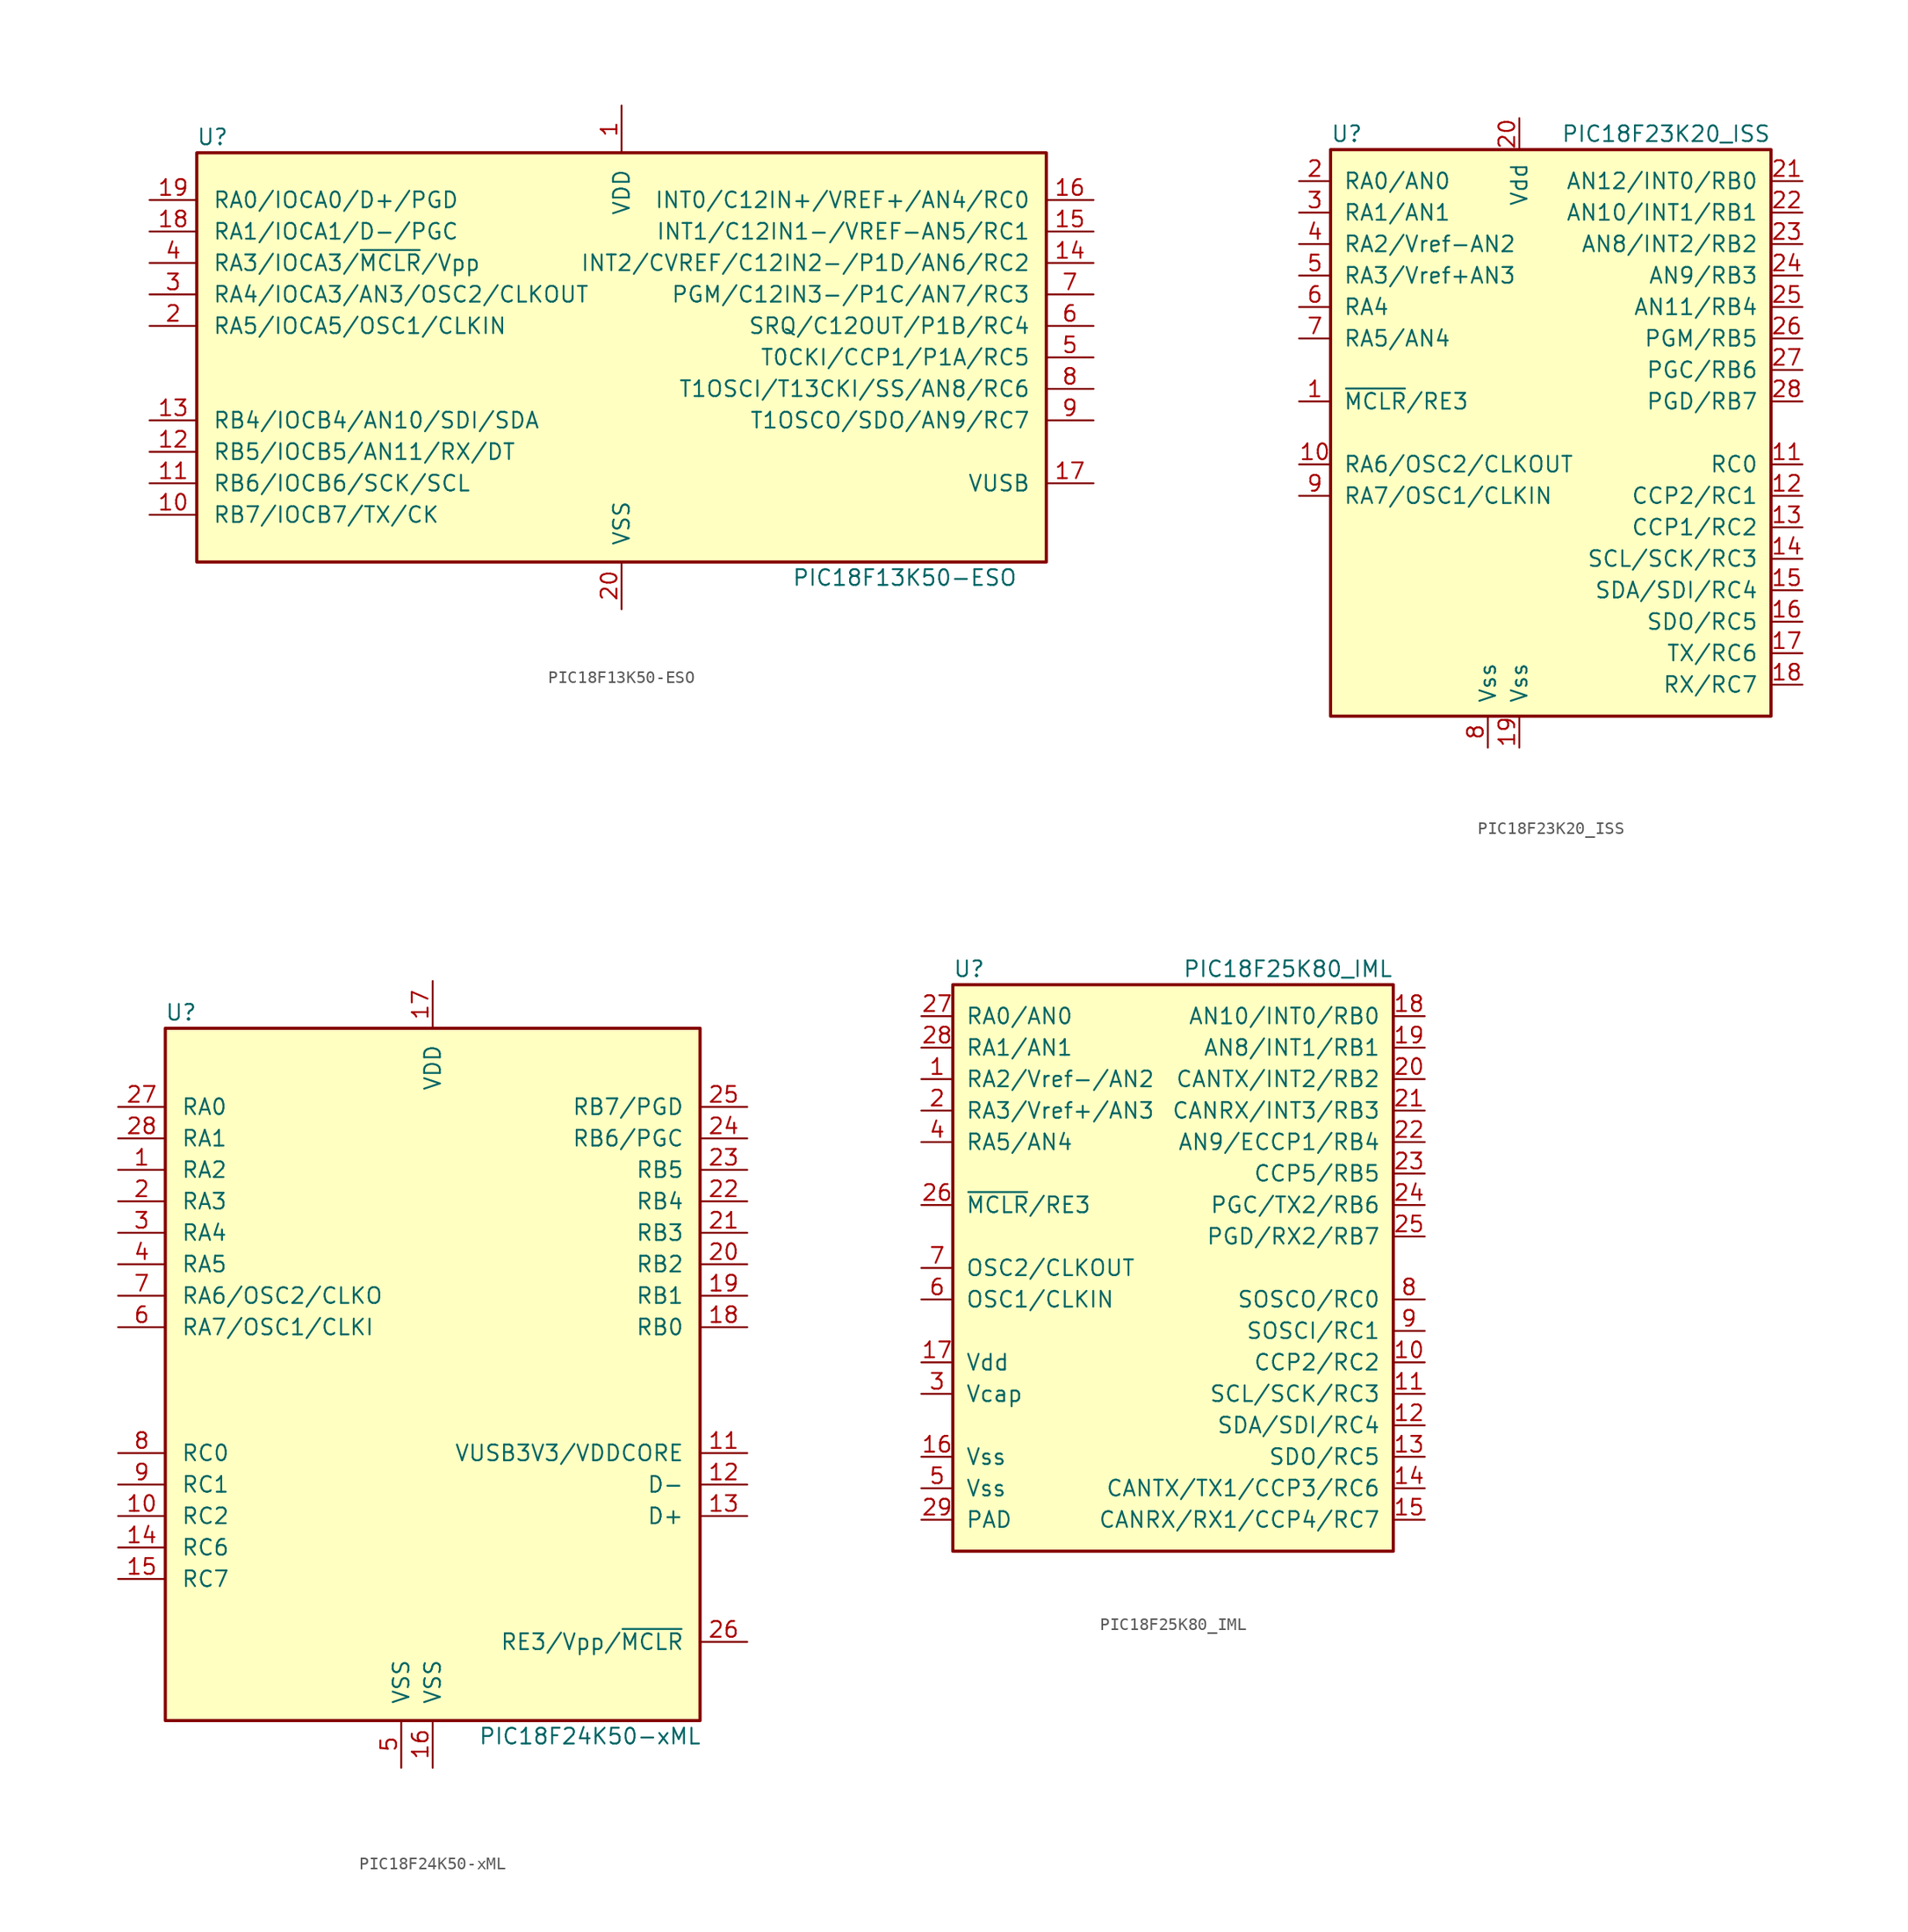
<source format=kicad_sym>
(kicad_symbol_lib
  (version 20241209)
  (generator "kicad_symbol_editor")
  (generator_version "9.0")
  (symbol "PIC18F13K50-ESO"
    (pin_names
      (offset 1.27))
    (property "Reference" "U"
      (at -33.02 17.78 0)
      (effects (font (size 1.27 1.27))))
    (property "Value" "PIC18F13K50-ESO"
      (at 22.86 -17.78 0)
      (effects (font (size 1.27 1.27))))
    (symbol "PIC18F13K50-ESO_0_1"
      (rectangle (start -34.29 16.51) (end 34.29 -16.51) (stroke (width 0.254) (type default)) (fill (type background))))
    (symbol "PIC18F13K50-ESO_1_1"
      (pin bidirectional line (at -38.1 12.7 0) (length 3.81) (name "RA0/IOCA0/D+/PGD" (effects (font (size 1.27 1.27)))) (number "19" (effects (font (size 1.27 1.27)))))
      (pin bidirectional line (at -38.1 10.16 0) (length 3.81) (name "RA1/IOCA1/D-/PGC" (effects (font (size 1.27 1.27)))) (number "18" (effects (font (size 1.27 1.27)))))
      (pin input line (at -38.1 7.62 0) (length 3.81) (name "RA3/IOCA3/~{MCLR}/Vpp" (effects (font (size 1.27 1.27)))) (number "4" (effects (font (size 1.27 1.27)))))
      (pin bidirectional line (at -38.1 5.08 0) (length 3.81) (name "RA4/IOCA3/AN3/OSC2/CLKOUT" (effects (font (size 1.27 1.27)))) (number "3" (effects (font (size 1.27 1.27)))))
      (pin bidirectional line (at -38.1 2.54 0) (length 3.81) (name "RA5/IOCA5/OSC1/CLKIN" (effects (font (size 1.27 1.27)))) (number "2" (effects (font (size 1.27 1.27)))))
      (pin bidirectional line (at -38.1 -5.08 0) (length 3.81) (name "RB4/IOCB4/AN10/SDI/SDA" (effects (font (size 1.27 1.27)))) (number "13" (effects (font (size 1.27 1.27)))))
      (pin bidirectional line (at -38.1 -7.62 0) (length 3.81) (name "RB5/IOCB5/AN11/RX/DT" (effects (font (size 1.27 1.27)))) (number "12" (effects (font (size 1.27 1.27)))))
      (pin bidirectional line (at -38.1 -10.16 0) (length 3.81) (name "RB6/IOCB6/SCK/SCL" (effects (font (size 1.27 1.27)))) (number "11" (effects (font (size 1.27 1.27)))))
      (pin bidirectional line (at -38.1 -12.7 0) (length 3.81) (name "RB7/IOCB7/TX/CK" (effects (font (size 1.27 1.27)))) (number "10" (effects (font (size 1.27 1.27)))))
      (pin power_in line (at 0 20.32 270) (length 3.81) (name "VDD" (effects (font (size 1.27 1.27)))) (number "1" (effects (font (size 1.27 1.27)))))
      (pin power_in line (at 0 -20.32 90) (length 3.81) (name "VSS" (effects (font (size 1.27 1.27)))) (number "20" (effects (font (size 1.27 1.27)))))
      (pin bidirectional line (at 38.1 12.7 180) (length 3.81) (name "INT0/C12IN+/VREF+/AN4/RC0" (effects (font (size 1.27 1.27)))) (number "16" (effects (font (size 1.27 1.27)))))
      (pin bidirectional line (at 38.1 10.16 180) (length 3.81) (name "INT1/C12IN1-/VREF-AN5/RC1" (effects (font (size 1.27 1.27)))) (number "15" (effects (font (size 1.27 1.27)))))
      (pin bidirectional line (at 38.1 7.62 180) (length 3.81) (name "INT2/CVREF/C12IN2-/P1D/AN6/RC2" (effects (font (size 1.27 1.27)))) (number "14" (effects (font (size 1.27 1.27)))))
      (pin bidirectional line (at 38.1 5.08 180) (length 3.81) (name "PGM/C12IN3-/P1C/AN7/RC3" (effects (font (size 1.27 1.27)))) (number "7" (effects (font (size 1.27 1.27)))))
      (pin bidirectional line (at 38.1 2.54 180) (length 3.81) (name "SRQ/C12OUT/P1B/RC4" (effects (font (size 1.27 1.27)))) (number "6" (effects (font (size 1.27 1.27)))))
      (pin bidirectional line (at 38.1 0 180) (length 3.81) (name "T0CKI/CCP1/P1A/RC5" (effects (font (size 1.27 1.27)))) (number "5" (effects (font (size 1.27 1.27)))))
      (pin bidirectional line (at 38.1 -2.54 180) (length 3.81) (name "T1OSCI/T13CKI/SS/AN8/RC6" (effects (font (size 1.27 1.27)))) (number "8" (effects (font (size 1.27 1.27)))))
      (pin bidirectional line (at 38.1 -5.08 180) (length 3.81) (name "T1OSCO/SDO/AN9/RC7" (effects (font (size 1.27 1.27)))) (number "9" (effects (font (size 1.27 1.27)))))
      (pin passive line (at 38.1 -10.16 180) (length 3.81) (name "VUSB" (effects (font (size 1.27 1.27)))) (number "17" (effects (font (size 1.27 1.27)))))))
  (symbol "PIC18F23K20_ISS"
    (pin_names
      (offset 1.016))
    (property "Reference" "U"
      (at -17.78 24.13 0)
      (effects (font (size 1.27 1.27)) (justify left)))
    (property "Value" "PIC18F23K20_ISS"
      (at 17.78 24.13 0)
      (effects (font (size 1.27 1.27)) (justify right)))
    (symbol "PIC18F23K20_ISS_0_1"
      (rectangle (start -17.78 22.86) (end 17.78 -22.86) (stroke (width 0.254) (type default)) (fill (type background))))
    (symbol "PIC18F23K20_ISS_1_1"
      (pin bidirectional line (at -20.32 20.32 0) (length 2.54) (name "RA0/AN0" (effects (font (size 1.27 1.27)))) (number "2" (effects (font (size 1.27 1.27)))))
      (pin bidirectional line (at -20.32 17.78 0) (length 2.54) (name "RA1/AN1" (effects (font (size 1.27 1.27)))) (number "3" (effects (font (size 1.27 1.27)))))
      (pin bidirectional line (at -20.32 15.24 0) (length 2.54) (name "RA2/Vref-AN2" (effects (font (size 1.27 1.27)))) (number "4" (effects (font (size 1.27 1.27)))))
      (pin bidirectional line (at -20.32 12.7 0) (length 2.54) (name "RA3/Vref+AN3" (effects (font (size 1.27 1.27)))) (number "5" (effects (font (size 1.27 1.27)))))
      (pin power_in line (at -20.32 10.16 0) (length 2.54) (name "RA4" (effects (font (size 1.27 1.27)))) (number "6" (effects (font (size 1.27 1.27)))))
      (pin bidirectional line (at -20.32 7.62 0) (length 2.54) (name "RA5/AN4" (effects (font (size 1.27 1.27)))) (number "7" (effects (font (size 1.27 1.27)))))
      (pin bidirectional line (at -20.32 2.54 0) (length 2.54) (name "~{MCLR}/RE3" (effects (font (size 1.27 1.27)))) (number "1" (effects (font (size 1.27 1.27)))))
      (pin input line (at -20.32 -2.54 0) (length 2.54) (name "RA6/OSC2/CLKOUT" (effects (font (size 1.27 1.27)))) (number "10" (effects (font (size 1.27 1.27)))))
      (pin input line (at -20.32 -5.08 0) (length 2.54) (name "RA7/OSC1/CLKIN" (effects (font (size 1.27 1.27)))) (number "9" (effects (font (size 1.27 1.27)))))
      (pin power_in line (at -5.08 -25.4 90) (length 2.54) (name "Vss" (effects (font (size 1.27 1.27)))) (number "8" (effects (font (size 1.27 1.27)))))
      (pin power_in line (at -2.54 25.4 270) (length 2.54) (name "Vdd" (effects (font (size 1.27 1.27)))) (number "20" (effects (font (size 1.27 1.27)))))
      (pin power_in line (at -2.54 -25.4 90) (length 2.54) (name "Vss" (effects (font (size 1.27 1.27)))) (number "19" (effects (font (size 1.27 1.27)))))
      (pin bidirectional line (at 20.32 20.32 180) (length 2.54) (name "AN12/INT0/RB0" (effects (font (size 1.27 1.27)))) (number "21" (effects (font (size 1.27 1.27)))))
      (pin bidirectional line (at 20.32 17.78 180) (length 2.54) (name "AN10/INT1/RB1" (effects (font (size 1.27 1.27)))) (number "22" (effects (font (size 1.27 1.27)))))
      (pin bidirectional line (at 20.32 15.24 180) (length 2.54) (name "AN8/INT2/RB2" (effects (font (size 1.27 1.27)))) (number "23" (effects (font (size 1.27 1.27)))))
      (pin bidirectional line (at 20.32 12.7 180) (length 2.54) (name "AN9/RB3" (effects (font (size 1.27 1.27)))) (number "24" (effects (font (size 1.27 1.27)))))
      (pin bidirectional line (at 20.32 10.16 180) (length 2.54) (name "AN11/RB4" (effects (font (size 1.27 1.27)))) (number "25" (effects (font (size 1.27 1.27)))))
      (pin bidirectional line (at 20.32 7.62 180) (length 2.54) (name "PGM/RB5" (effects (font (size 1.27 1.27)))) (number "26" (effects (font (size 1.27 1.27)))))
      (pin bidirectional line (at 20.32 5.08 180) (length 2.54) (name "PGC/RB6" (effects (font (size 1.27 1.27)))) (number "27" (effects (font (size 1.27 1.27)))))
      (pin bidirectional line (at 20.32 2.54 180) (length 2.54) (name "PGD/RB7" (effects (font (size 1.27 1.27)))) (number "28" (effects (font (size 1.27 1.27)))))
      (pin bidirectional line (at 20.32 -2.54 180) (length 2.54) (name "RC0" (effects (font (size 1.27 1.27)))) (number "11" (effects (font (size 1.27 1.27)))))
      (pin bidirectional line (at 20.32 -5.08 180) (length 2.54) (name "CCP2/RC1" (effects (font (size 1.27 1.27)))) (number "12" (effects (font (size 1.27 1.27)))))
      (pin bidirectional line (at 20.32 -7.62 180) (length 2.54) (name "CCP1/RC2" (effects (font (size 1.27 1.27)))) (number "13" (effects (font (size 1.27 1.27)))))
      (pin bidirectional line (at 20.32 -10.16 180) (length 2.54) (name "SCL/SCK/RC3" (effects (font (size 1.27 1.27)))) (number "14" (effects (font (size 1.27 1.27)))))
      (pin bidirectional line (at 20.32 -12.7 180) (length 2.54) (name "SDA/SDI/RC4" (effects (font (size 1.27 1.27)))) (number "15" (effects (font (size 1.27 1.27)))))
      (pin bidirectional line (at 20.32 -15.24 180) (length 2.54) (name "SDO/RC5" (effects (font (size 1.27 1.27)))) (number "16" (effects (font (size 1.27 1.27)))))
      (pin bidirectional line (at 20.32 -17.78 180) (length 2.54) (name "TX/RC6" (effects (font (size 1.27 1.27)))) (number "17" (effects (font (size 1.27 1.27)))))
      (pin bidirectional line (at 20.32 -20.32 180) (length 2.54) (name "RX/RC7" (effects (font (size 1.27 1.27)))) (number "18" (effects (font (size 1.27 1.27)))))))
  (symbol "PIC18F24K50-xML"
    (pin_names
      (offset 1.27))
    (property "Reference" "U"
      (at -20.32 30.48 0)
      (effects (font (size 1.27 1.27))))
    (property "Value" "PIC18F24K50-xML"
      (at 12.7 -27.94 0)
      (effects (font (size 1.27 1.27))))
    (symbol "PIC18F24K50-xML_0_1"
      (rectangle (start -21.59 29.21) (end 21.59 -26.67) (stroke (width 0.254) (type default)) (fill (type background))))
    (symbol "PIC18F24K50-xML_1_1"
      (pin bidirectional line (at -25.4 22.86 0) (length 3.81) (name "RA0" (effects (font (size 1.27 1.27)))) (number "27" (effects (font (size 1.27 1.27)))))
      (pin bidirectional line (at -25.4 20.32 0) (length 3.81) (name "RA1" (effects (font (size 1.27 1.27)))) (number "28" (effects (font (size 1.27 1.27)))))
      (pin bidirectional line (at -25.4 17.78 0) (length 3.81) (name "RA2" (effects (font (size 1.27 1.27)))) (number "1" (effects (font (size 1.27 1.27)))))
      (pin bidirectional line (at -25.4 15.24 0) (length 3.81) (name "RA3" (effects (font (size 1.27 1.27)))) (number "2" (effects (font (size 1.27 1.27)))))
      (pin bidirectional line (at -25.4 12.7 0) (length 3.81) (name "RA4" (effects (font (size 1.27 1.27)))) (number "3" (effects (font (size 1.27 1.27)))))
      (pin bidirectional line (at -25.4 10.16 0) (length 3.81) (name "RA5" (effects (font (size 1.27 1.27)))) (number "4" (effects (font (size 1.27 1.27)))))
      (pin output line (at -25.4 7.62 0) (length 3.81) (name "RA6/OSC2/CLKO" (effects (font (size 1.27 1.27)))) (number "7" (effects (font (size 1.27 1.27)))))
      (pin input line (at -25.4 5.08 0) (length 3.81) (name "RA7/OSC1/CLKI" (effects (font (size 1.27 1.27)))) (number "6" (effects (font (size 1.27 1.27)))))
      (pin bidirectional line (at -25.4 -5.08 0) (length 3.81) (name "RC0" (effects (font (size 1.27 1.27)))) (number "8" (effects (font (size 1.27 1.27)))))
      (pin bidirectional line (at -25.4 -7.62 0) (length 3.81) (name "RC1" (effects (font (size 1.27 1.27)))) (number "9" (effects (font (size 1.27 1.27)))))
      (pin bidirectional line (at -25.4 -10.16 0) (length 3.81) (name "RC2" (effects (font (size 1.27 1.27)))) (number "10" (effects (font (size 1.27 1.27)))))
      (pin bidirectional line (at -25.4 -12.7 0) (length 3.81) (name "RC6" (effects (font (size 1.27 1.27)))) (number "14" (effects (font (size 1.27 1.27)))))
      (pin bidirectional line (at -25.4 -15.24 0) (length 3.81) (name "RC7" (effects (font (size 1.27 1.27)))) (number "15" (effects (font (size 1.27 1.27)))))
      (pin power_in line (at -2.54 -30.48 90) (length 3.81) (name "VSS" (effects (font (size 1.27 1.27)))) (number "5" (effects (font (size 1.27 1.27)))))
      (pin power_in line (at 0 33.02 270) (length 3.81) (name "VDD" (effects (font (size 1.27 1.27)))) (number "17" (effects (font (size 1.27 1.27)))))
      (pin power_in line (at 0 -30.48 90) (length 3.81) (name "VSS" (effects (font (size 1.27 1.27)))) (number "16" (effects (font (size 1.27 1.27)))))
      (pin bidirectional line (at 25.4 22.86 180) (length 3.81) (name "RB7/PGD" (effects (font (size 1.27 1.27)))) (number "25" (effects (font (size 1.27 1.27)))))
      (pin bidirectional line (at 25.4 20.32 180) (length 3.81) (name "RB6/PGC" (effects (font (size 1.27 1.27)))) (number "24" (effects (font (size 1.27 1.27)))))
      (pin bidirectional line (at 25.4 17.78 180) (length 3.81) (name "RB5" (effects (font (size 1.27 1.27)))) (number "23" (effects (font (size 1.27 1.27)))))
      (pin bidirectional line (at 25.4 15.24 180) (length 3.81) (name "RB4" (effects (font (size 1.27 1.27)))) (number "22" (effects (font (size 1.27 1.27)))))
      (pin bidirectional line (at 25.4 12.7 180) (length 3.81) (name "RB3" (effects (font (size 1.27 1.27)))) (number "21" (effects (font (size 1.27 1.27)))))
      (pin bidirectional line (at 25.4 10.16 180) (length 3.81) (name "RB2" (effects (font (size 1.27 1.27)))) (number "20" (effects (font (size 1.27 1.27)))))
      (pin bidirectional line (at 25.4 7.62 180) (length 3.81) (name "RB1" (effects (font (size 1.27 1.27)))) (number "19" (effects (font (size 1.27 1.27)))))
      (pin bidirectional line (at 25.4 5.08 180) (length 3.81) (name "RB0" (effects (font (size 1.27 1.27)))) (number "18" (effects (font (size 1.27 1.27)))))
      (pin bidirectional line (at 25.4 -5.08 180) (length 3.81) (name "VUSB3V3/VDDCORE" (effects (font (size 1.27 1.27)))) (number "11" (effects (font (size 1.27 1.27)))))
      (pin bidirectional line (at 25.4 -7.62 180) (length 3.81) (name "D-" (effects (font (size 1.27 1.27)))) (number "12" (effects (font (size 1.27 1.27)))))
      (pin bidirectional line (at 25.4 -10.16 180) (length 3.81) (name "D+" (effects (font (size 1.27 1.27)))) (number "13" (effects (font (size 1.27 1.27)))))
      (pin input line (at 25.4 -20.32 180) (length 3.81) (name "RE3/Vpp/~{MCLR}" (effects (font (size 1.27 1.27)))) (number "26" (effects (font (size 1.27 1.27)))))))
  (symbol "PIC18F25K80_IML"
    (pin_names
      (offset 1.016))
    (property "Reference" "U"
      (at -17.78 24.13 0)
      (effects (font (size 1.27 1.27)) (justify left)))
    (property "Value" "PIC18F25K80_IML"
      (at 17.78 24.13 0)
      (effects (font (size 1.27 1.27)) (justify right)))
    (symbol "PIC18F25K80_IML_0_1"
      (rectangle (start -17.78 22.86) (end 17.78 -22.86) (stroke (width 0.254) (type default)) (fill (type background))))
    (symbol "PIC18F25K80_IML_1_1"
      (pin bidirectional line (at -20.32 20.32 0) (length 2.54) (name "RA0/AN0" (effects (font (size 1.27 1.27)))) (number "27" (effects (font (size 1.27 1.27)))))
      (pin bidirectional line (at -20.32 17.78 0) (length 2.54) (name "RA1/AN1" (effects (font (size 1.27 1.27)))) (number "28" (effects (font (size 1.27 1.27)))))
      (pin bidirectional line (at -20.32 15.24 0) (length 2.54) (name "RA2/Vref-/AN2" (effects (font (size 1.27 1.27)))) (number "1" (effects (font (size 1.27 1.27)))))
      (pin bidirectional line (at -20.32 12.7 0) (length 2.54) (name "RA3/Vref+/AN3" (effects (font (size 1.27 1.27)))) (number "2" (effects (font (size 1.27 1.27)))))
      (pin bidirectional line (at -20.32 10.16 0) (length 2.54) (name "RA5/AN4" (effects (font (size 1.27 1.27)))) (number "4" (effects (font (size 1.27 1.27)))))
      (pin bidirectional line (at -20.32 5.08 0) (length 2.54) (name "~{MCLR}/RE3" (effects (font (size 1.27 1.27)))) (number "26" (effects (font (size 1.27 1.27)))))
      (pin input line (at -20.32 0 0) (length 2.54) (name "OSC2/CLKOUT" (effects (font (size 1.27 1.27)))) (number "7" (effects (font (size 1.27 1.27)))))
      (pin input line (at -20.32 -2.54 0) (length 2.54) (name "OSC1/CLKIN" (effects (font (size 1.27 1.27)))) (number "6" (effects (font (size 1.27 1.27)))))
      (pin power_in line (at -20.32 -7.62 0) (length 2.54) (name "Vdd" (effects (font (size 1.27 1.27)))) (number "17" (effects (font (size 1.27 1.27)))))
      (pin power_in line (at -20.32 -10.16 0) (length 2.54) (name "Vcap" (effects (font (size 1.27 1.27)))) (number "3" (effects (font (size 1.27 1.27)))))
      (pin power_in line (at -20.32 -15.24 0) (length 2.54) (name "Vss" (effects (font (size 1.27 1.27)))) (number "16" (effects (font (size 1.27 1.27)))))
      (pin power_in line (at -20.32 -17.78 0) (length 2.54) (name "Vss" (effects (font (size 1.27 1.27)))) (number "5" (effects (font (size 1.27 1.27)))))
      (pin power_in line (at -20.32 -20.32 0) (length 2.54) (name "PAD" (effects (font (size 1.27 1.27)))) (number "29" (effects (font (size 1.27 1.27)))))
      (pin bidirectional line (at 20.32 20.32 180) (length 2.54) (name "AN10/INT0/RB0" (effects (font (size 1.27 1.27)))) (number "18" (effects (font (size 1.27 1.27)))))
      (pin bidirectional line (at 20.32 17.78 180) (length 2.54) (name "AN8/INT1/RB1" (effects (font (size 1.27 1.27)))) (number "19" (effects (font (size 1.27 1.27)))))
      (pin bidirectional line (at 20.32 15.24 180) (length 2.54) (name "CANTX/INT2/RB2" (effects (font (size 1.27 1.27)))) (number "20" (effects (font (size 1.27 1.27)))))
      (pin bidirectional line (at 20.32 12.7 180) (length 2.54) (name "CANRX/INT3/RB3" (effects (font (size 1.27 1.27)))) (number "21" (effects (font (size 1.27 1.27)))))
      (pin bidirectional line (at 20.32 10.16 180) (length 2.54) (name "AN9/ECCP1/RB4" (effects (font (size 1.27 1.27)))) (number "22" (effects (font (size 1.27 1.27)))))
      (pin bidirectional line (at 20.32 7.62 180) (length 2.54) (name "CCP5/RB5" (effects (font (size 1.27 1.27)))) (number "23" (effects (font (size 1.27 1.27)))))
      (pin bidirectional line (at 20.32 5.08 180) (length 2.54) (name "PGC/TX2/RB6" (effects (font (size 1.27 1.27)))) (number "24" (effects (font (size 1.27 1.27)))))
      (pin bidirectional line (at 20.32 2.54 180) (length 2.54) (name "PGD/RX2/RB7" (effects (font (size 1.27 1.27)))) (number "25" (effects (font (size 1.27 1.27)))))
      (pin bidirectional line (at 20.32 -2.54 180) (length 2.54) (name "SOSCO/RC0" (effects (font (size 1.27 1.27)))) (number "8" (effects (font (size 1.27 1.27)))))
      (pin bidirectional line (at 20.32 -5.08 180) (length 2.54) (name "SOSCI/RC1" (effects (font (size 1.27 1.27)))) (number "9" (effects (font (size 1.27 1.27)))))
      (pin bidirectional line (at 20.32 -7.62 180) (length 2.54) (name "CCP2/RC2" (effects (font (size 1.27 1.27)))) (number "10" (effects (font (size 1.27 1.27)))))
      (pin bidirectional line (at 20.32 -10.16 180) (length 2.54) (name "SCL/SCK/RC3" (effects (font (size 1.27 1.27)))) (number "11" (effects (font (size 1.27 1.27)))))
      (pin bidirectional line (at 20.32 -12.7 180) (length 2.54) (name "SDA/SDI/RC4" (effects (font (size 1.27 1.27)))) (number "12" (effects (font (size 1.27 1.27)))))
      (pin bidirectional line (at 20.32 -15.24 180) (length 2.54) (name "SDO/RC5" (effects (font (size 1.27 1.27)))) (number "13" (effects (font (size 1.27 1.27)))))
      (pin bidirectional line (at 20.32 -17.78 180) (length 2.54) (name "CANTX/TX1/CCP3/RC6" (effects (font (size 1.27 1.27)))) (number "14" (effects (font (size 1.27 1.27)))))
      (pin bidirectional line (at 20.32 -20.32 180) (length 2.54) (name "CANRX/RX1/CCP4/RC7" (effects (font (size 1.27 1.27)))) (number "15" (effects (font (size 1.27 1.27))))))))
</source>
